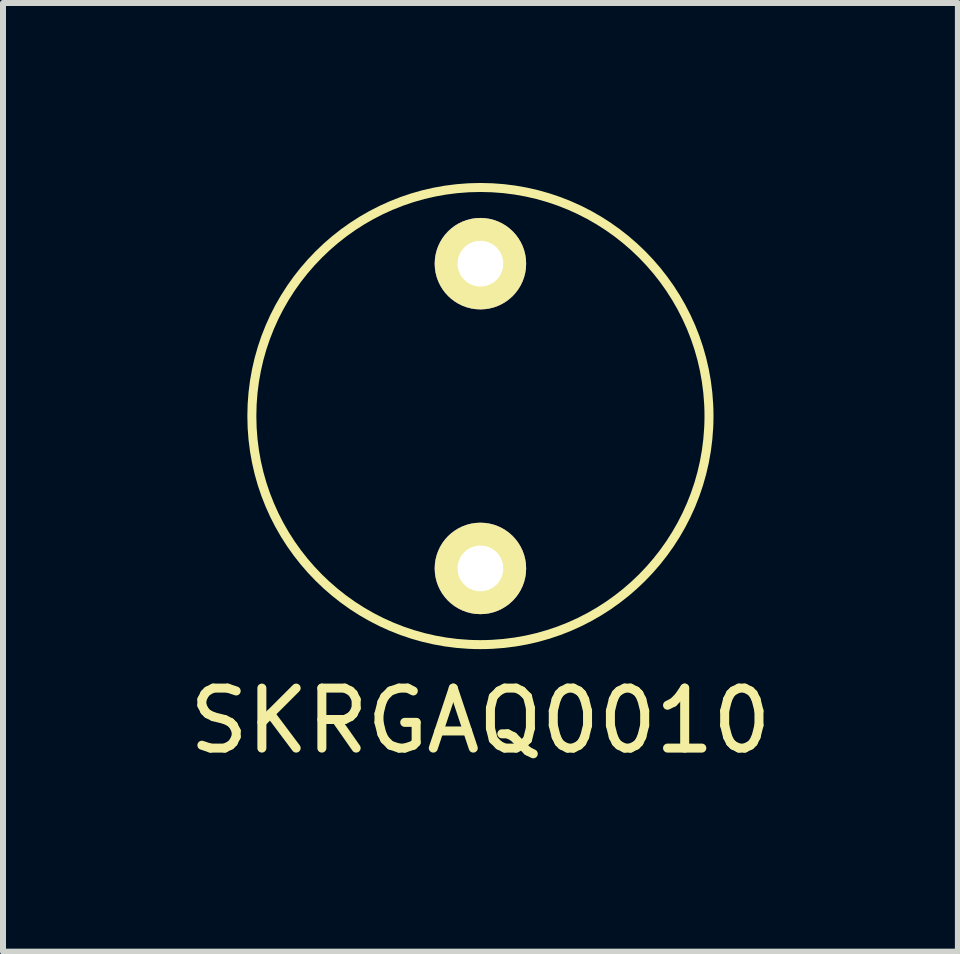
<source format=kicad_pcb>
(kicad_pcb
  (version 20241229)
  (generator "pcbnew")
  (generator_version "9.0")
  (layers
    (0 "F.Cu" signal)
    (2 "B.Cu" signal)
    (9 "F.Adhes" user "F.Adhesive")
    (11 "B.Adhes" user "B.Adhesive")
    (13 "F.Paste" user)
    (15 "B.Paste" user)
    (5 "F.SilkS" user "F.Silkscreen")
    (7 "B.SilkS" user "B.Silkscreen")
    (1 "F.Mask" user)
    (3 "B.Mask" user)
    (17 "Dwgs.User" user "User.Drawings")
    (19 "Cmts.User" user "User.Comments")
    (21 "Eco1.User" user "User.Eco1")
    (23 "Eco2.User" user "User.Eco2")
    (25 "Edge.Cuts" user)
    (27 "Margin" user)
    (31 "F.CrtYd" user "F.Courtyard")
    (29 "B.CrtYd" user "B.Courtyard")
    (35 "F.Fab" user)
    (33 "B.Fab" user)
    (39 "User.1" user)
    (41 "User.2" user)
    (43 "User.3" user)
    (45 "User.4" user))
  (footprint "SKRGAQ0010"
    (layer "F.Cu")
    (at 4.958 3.885)
    (property "Reference" "SKRGAQ0010" (at 0 5.08 0) (layer "F.SilkS") (effects (font (size 1 1) (thickness 0.15))))
    (attr through_hole)
    (fp_circle (center 0 0) (end 0 -3.81) (stroke (width 0.15) (type solid)) (fill no) (layer "F.SilkS"))
    (pad "1" thru_hole circle (at 0 -2.54) (size 1.524 1.524) (drill 0.762) (layers "*.Cu" "*.Mask" "F.SilkS"))
    (pad "2" thru_hole circle (at 0 2.54) (size 1.524 1.524) (drill 0.762) (layers "*.Cu" "*.Mask" "F.SilkS")))
  (gr_rect
    (start -3 -3)
    (end 12.917 12.813)
    (stroke (width 0.1) (type default))
    (fill no)
    (layer "Edge.Cuts")))
</source>
